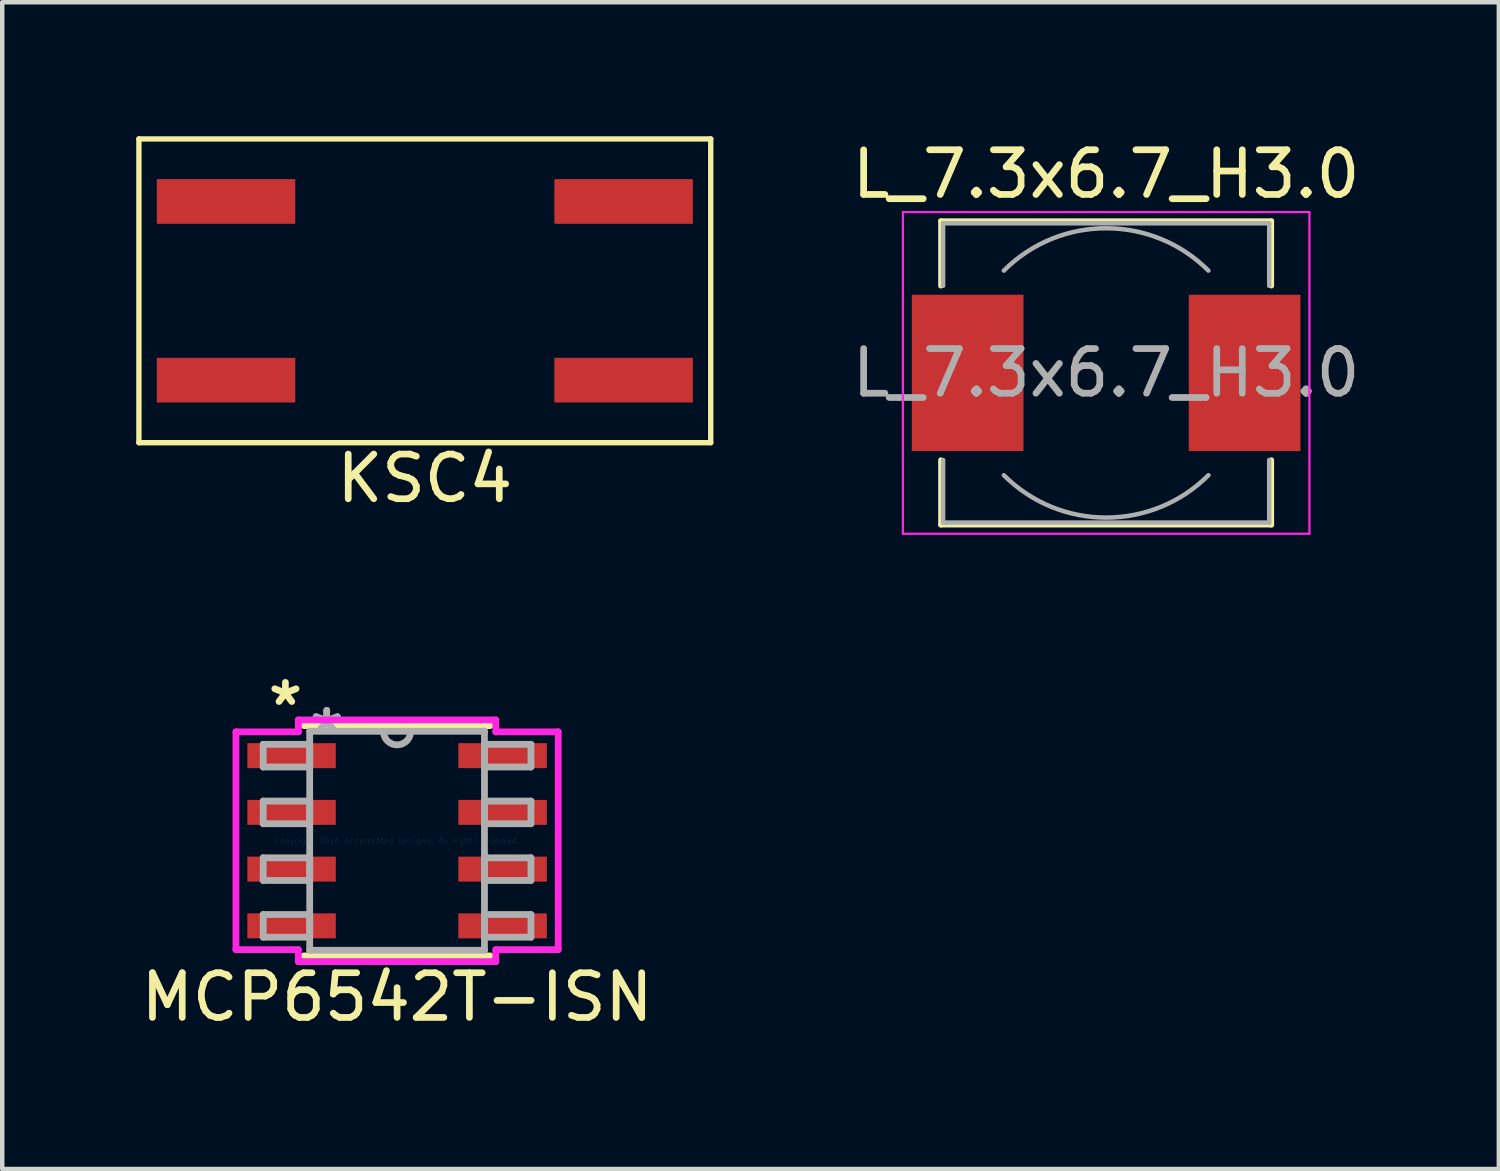
<source format=kicad_pcb>
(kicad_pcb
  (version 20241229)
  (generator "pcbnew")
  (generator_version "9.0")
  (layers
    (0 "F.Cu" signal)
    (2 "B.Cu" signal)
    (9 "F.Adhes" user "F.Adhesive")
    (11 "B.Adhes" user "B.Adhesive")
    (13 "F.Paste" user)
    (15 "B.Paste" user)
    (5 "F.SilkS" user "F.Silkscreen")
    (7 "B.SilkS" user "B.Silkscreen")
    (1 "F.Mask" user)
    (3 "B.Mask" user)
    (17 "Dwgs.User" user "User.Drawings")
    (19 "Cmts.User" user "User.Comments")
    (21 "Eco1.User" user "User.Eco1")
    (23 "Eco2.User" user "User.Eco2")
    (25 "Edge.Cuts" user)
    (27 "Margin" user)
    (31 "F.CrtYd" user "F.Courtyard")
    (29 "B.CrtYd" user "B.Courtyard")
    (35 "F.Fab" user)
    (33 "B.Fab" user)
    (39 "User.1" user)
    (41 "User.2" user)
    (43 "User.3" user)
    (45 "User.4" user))
  (footprint "KSC4"
    (layer "F.Cu")
    (at 6.46 3.46)
    (property "Reference" "KSC4" (at 0 4.2 0) (layer "F.SilkS") (effects (font (size 1 1) (thickness 0.15))))
    (attr through_hole)
    (fp_line (start -6.4 -3.4) (end -6.4 3.4) (stroke (width 0.12) (type solid)) (layer "F.SilkS"))
    (fp_line (start -6.4 -3.4) (end 6.4 -3.4) (stroke (width 0.12) (type solid)) (layer "F.SilkS"))
    (fp_line (start -6.4 3.4) (end 6.4 3.4) (stroke (width 0.12) (type solid)) (layer "F.SilkS"))
    (fp_line (start 6.4 3.4) (end 6.4 -3.4) (stroke (width 0.12) (type solid)) (layer "F.SilkS"))
    (pad "1" smd rect (at -4.45 -2) (size 3.1 1) (layers "F.Cu" "F.Mask" "F.Paste"))
    (pad "1" smd rect (at 4.45 -2) (size 3.1 1) (layers "F.Cu" "F.Mask" "F.Paste"))
    (pad "2" smd rect (at -4.45 2) (size 3.1 1) (layers "F.Cu" "F.Mask" "F.Paste"))
    (pad "2" smd rect (at 4.45 2) (size 3.1 1) (layers "F.Cu" "F.Mask" "F.Paste")))
  (footprint "MCP6542T-ISN"
    (layer "F.Cu")
    (at 5.839 15.771)
    (property "Reference" "MCP6542T-ISN" (at 0 3.5 0) (layer "F.SilkS") (effects (font (size 1 1) (thickness 0.15))))
    (attr through_hole)
    (fp_line (start -2.083 2.578) (end 2.083 2.578) (stroke (width 0.152) (type solid)) (layer "F.SilkS"))
    (fp_line (start 2.083 -2.578) (end -2.083 -2.578) (stroke (width 0.152) (type solid)) (layer "F.SilkS"))
    (fp_line (start -3.607 -2.438) (end -2.21 -2.438) (stroke (width 0.152) (type solid)) (layer "F.CrtYd"))
    (fp_line (start -3.607 2.438) (end -3.607 -2.438) (stroke (width 0.152) (type solid)) (layer "F.CrtYd"))
    (fp_line (start -2.21 -2.705) (end 2.21 -2.705) (stroke (width 0.152) (type solid)) (layer "F.CrtYd"))
    (fp_line (start -2.21 -2.438) (end -2.21 -2.705) (stroke (width 0.152) (type solid)) (layer "F.CrtYd"))
    (fp_line (start -2.21 2.438) (end -3.607 2.438) (stroke (width 0.152) (type solid)) (layer "F.CrtYd"))
    (fp_line (start -2.21 2.705) (end -2.21 2.438) (stroke (width 0.152) (type solid)) (layer "F.CrtYd"))
    (fp_line (start 2.21 -2.705) (end 2.21 -2.438) (stroke (width 0.152) (type solid)) (layer "F.CrtYd"))
    (fp_line (start 2.21 -2.438) (end 3.607 -2.438) (stroke (width 0.152) (type solid)) (layer "F.CrtYd"))
    (fp_line (start 2.21 2.438) (end 2.21 2.705) (stroke (width 0.152) (type solid)) (layer "F.CrtYd"))
    (fp_line (start 2.21 2.705) (end -2.21 2.705) (stroke (width 0.152) (type solid)) (layer "F.CrtYd"))
    (fp_line (start 3.607 -2.438) (end 3.607 2.438) (stroke (width 0.152) (type solid)) (layer "F.CrtYd"))
    (fp_line (start 3.607 2.438) (end 2.21 2.438) (stroke (width 0.152) (type solid)) (layer "F.CrtYd"))
    (fp_line (start -2.997 -2.159) (end -2.997 -1.651) (stroke (width 0.152) (type solid)) (layer "F.Fab"))
    (fp_line (start -2.997 -1.651) (end -1.956 -1.651) (stroke (width 0.152) (type solid)) (layer "F.Fab"))
    (fp_line (start -2.997 -0.889) (end -2.997 -0.381) (stroke (width 0.152) (type solid)) (layer "F.Fab"))
    (fp_line (start -2.997 -0.381) (end -1.956 -0.381) (stroke (width 0.152) (type solid)) (layer "F.Fab"))
    (fp_line (start -2.997 0.381) (end -2.997 0.889) (stroke (width 0.152) (type solid)) (layer "F.Fab"))
    (fp_line (start -2.997 0.889) (end -1.956 0.889) (stroke (width 0.152) (type solid)) (layer "F.Fab"))
    (fp_line (start -2.997 1.651) (end -2.997 2.159) (stroke (width 0.152) (type solid)) (layer "F.Fab"))
    (fp_line (start -2.997 2.159) (end -1.956 2.159) (stroke (width 0.152) (type solid)) (layer "F.Fab"))
    (fp_line (start -1.956 -2.451) (end -1.956 2.451) (stroke (width 0.152) (type solid)) (layer "F.Fab"))
    (fp_line (start -1.956 -2.159) (end -2.997 -2.159) (stroke (width 0.152) (type solid)) (layer "F.Fab"))
    (fp_line (start -1.956 -1.651) (end -1.956 -2.159) (stroke (width 0.152) (type solid)) (layer "F.Fab"))
    (fp_line (start -1.956 -0.889) (end -2.997 -0.889) (stroke (width 0.152) (type solid)) (layer "F.Fab"))
    (fp_line (start -1.956 -0.381) (end -1.956 -0.889) (stroke (width 0.152) (type solid)) (layer "F.Fab"))
    (fp_line (start -1.956 0.381) (end -2.997 0.381) (stroke (width 0.152) (type solid)) (layer "F.Fab"))
    (fp_line (start -1.956 0.889) (end -1.956 0.381) (stroke (width 0.152) (type solid)) (layer "F.Fab"))
    (fp_line (start -1.956 1.651) (end -2.997 1.651) (stroke (width 0.152) (type solid)) (layer "F.Fab"))
    (fp_line (start -1.956 2.159) (end -1.956 1.651) (stroke (width 0.152) (type solid)) (layer "F.Fab"))
    (fp_line (start -1.956 2.451) (end 1.956 2.451) (stroke (width 0.152) (type solid)) (layer "F.Fab"))
    (fp_line (start 1.956 -2.451) (end -1.956 -2.451) (stroke (width 0.152) (type solid)) (layer "F.Fab"))
    (fp_line (start 1.956 -2.159) (end 1.956 -1.651) (stroke (width 0.152) (type solid)) (layer "F.Fab"))
    (fp_line (start 1.956 -1.651) (end 2.997 -1.651) (stroke (width 0.152) (type solid)) (layer "F.Fab"))
    (fp_line (start 1.956 -0.889) (end 1.956 -0.381) (stroke (width 0.152) (type solid)) (layer "F.Fab"))
    (fp_line (start 1.956 -0.381) (end 2.997 -0.381) (stroke (width 0.152) (type solid)) (layer "F.Fab"))
    (fp_line (start 1.956 0.381) (end 1.956 0.889) (stroke (width 0.152) (type solid)) (layer "F.Fab"))
    (fp_line (start 1.956 0.889) (end 2.997 0.889) (stroke (width 0.152) (type solid)) (layer "F.Fab"))
    (fp_line (start 1.956 1.651) (end 1.956 2.159) (stroke (width 0.152) (type solid)) (layer "F.Fab"))
    (fp_line (start 1.956 2.159) (end 2.997 2.159) (stroke (width 0.152) (type solid)) (layer "F.Fab"))
    (fp_line (start 1.956 2.451) (end 1.956 -2.451) (stroke (width 0.152) (type solid)) (layer "F.Fab"))
    (fp_line (start 2.997 -2.159) (end 1.956 -2.159) (stroke (width 0.152) (type solid)) (layer "F.Fab"))
    (fp_line (start 2.997 -1.651) (end 2.997 -2.159) (stroke (width 0.152) (type solid)) (layer "F.Fab"))
    (fp_line (start 2.997 -0.889) (end 1.956 -0.889) (stroke (width 0.152) (type solid)) (layer "F.Fab"))
    (fp_line (start 2.997 -0.381) (end 2.997 -0.889) (stroke (width 0.152) (type solid)) (layer "F.Fab"))
    (fp_line (start 2.997 0.381) (end 1.956 0.381) (stroke (width 0.152) (type solid)) (layer "F.Fab"))
    (fp_line (start 2.997 0.889) (end 2.997 0.381) (stroke (width 0.152) (type solid)) (layer "F.Fab"))
    (fp_line (start 2.997 1.651) (end 1.956 1.651) (stroke (width 0.152) (type solid)) (layer "F.Fab"))
    (fp_line (start 2.997 2.159) (end 2.997 1.651) (stroke (width 0.152) (type solid)) (layer "F.Fab"))
    (fp_arc (start 0.3048 -2.4511) (mid 0 -2.1463) (end -0.3048 -2.4511) (stroke (width 0.1524) (type solid)) (layer "F.Fab"))
    (fp_text user "*" (at -2.5 -3 0) (layer "F.SilkS") (effects (font (size 1 1) (thickness 0.15))))
    (fp_text user "Copyright 2016 Accelerated Designs. All rights reserved." (at 0 0 0) (layer "Cmts.User") (effects (font (size 0.127 0.127) (thickness 0.002))))
    (fp_text user "*" (at -1.575 -2.375 0) (layer "F.Fab") (effects (font (size 1 1) (thickness 0.15))))
    (fp_text user "*" (at -1.575 -2.375 0) (layer "F.Fab") (effects (font (size 1 1) (thickness 0.15))))
    (pad "1" smd rect (at -2.362 -1.905) (size 1.981 0.559) (layers "F.Cu" "F.Mask" "F.Paste"))
    (pad "2" smd rect (at -2.362 -0.635) (size 1.981 0.559) (layers "F.Cu" "F.Mask" "F.Paste"))
    (pad "3" smd rect (at -2.362 0.635) (size 1.981 0.559) (layers "F.Cu" "F.Mask" "F.Paste"))
    (pad "4" smd rect (at -2.362 1.905) (size 1.981 0.559) (layers "F.Cu" "F.Mask" "F.Paste"))
    (pad "5" smd rect (at 2.362 1.905) (size 1.981 0.559) (layers "F.Cu" "F.Mask" "F.Paste"))
    (pad "6" smd rect (at 2.362 0.635) (size 1.981 0.559) (layers "F.Cu" "F.Mask" "F.Paste"))
    (pad "7" smd rect (at 2.362 -0.635) (size 1.981 0.559) (layers "F.Cu" "F.Mask" "F.Paste"))
    (pad "8" smd rect (at 2.362 -1.905) (size 1.981 0.559) (layers "F.Cu" "F.Mask" "F.Paste")))
  (footprint "L_7.3x6.7_H3.0"
    (layer "F.Cu")
    (at 21.712 5.298)
    (property "Reference" "L_7.3x6.7_H3.0" (at 0 -4.45 0) (layer "F.SilkS") (effects (font (size 1 1) (thickness 0.15))))
    (attr smd)
    (fp_line (start -3.7 -3.4) (end 3.7 -3.4) (stroke (width 0.12) (type solid)) (layer "F.SilkS"))
    (fp_line (start -3.7 -1.95) (end -3.7 -3.4) (stroke (width 0.12) (type solid)) (layer "F.SilkS"))
    (fp_line (start -3.7 3.4) (end -3.7 1.95) (stroke (width 0.12) (type solid)) (layer "F.SilkS"))
    (fp_line (start 3.7 -3.4) (end 3.7 -1.95) (stroke (width 0.12) (type solid)) (layer "F.SilkS"))
    (fp_line (start 3.7 1.95) (end 3.7 3.4) (stroke (width 0.12) (type solid)) (layer "F.SilkS"))
    (fp_line (start 3.7 3.4) (end -3.7 3.4) (stroke (width 0.12) (type solid)) (layer "F.SilkS"))
    (fp_line (start -4.55 -3.6) (end -4.55 3.6) (stroke (width 0.05) (type solid)) (layer "F.CrtYd"))
    (fp_line (start -4.55 3.6) (end 4.55 3.6) (stroke (width 0.05) (type solid)) (layer "F.CrtYd"))
    (fp_line (start 4.55 -3.6) (end -4.55 -3.6) (stroke (width 0.05) (type solid)) (layer "F.CrtYd"))
    (fp_line (start 4.55 3.6) (end 4.55 -3.6) (stroke (width 0.05) (type solid)) (layer "F.CrtYd"))
    (fp_line (start -3.65 -3.35) (end -3.65 -1.95) (stroke (width 0.1) (type solid)) (layer "F.Fab"))
    (fp_line (start -3.65 -3.35) (end 3.65 -3.35) (stroke (width 0.1) (type solid)) (layer "F.Fab"))
    (fp_line (start -3.65 3.35) (end -3.65 1.95) (stroke (width 0.1) (type solid)) (layer "F.Fab"))
    (fp_line (start 3.65 -3.35) (end 3.65 -1.95) (stroke (width 0.1) (type solid)) (layer "F.Fab"))
    (fp_line (start 3.65 3.35) (end -3.65 3.35) (stroke (width 0.1) (type solid)) (layer "F.Fab"))
    (fp_line (start 3.65 3.35) (end 3.65 1.95) (stroke (width 0.1) (type solid)) (layer "F.Fab"))
    (fp_arc (start -2.29 -2.29) (mid 0 -3.238549) (end 2.29 -2.29) (stroke (width 0.1) (type solid)) (layer "F.Fab"))
    (fp_arc (start 2.29 2.29) (mid 0 3.238549) (end -2.29 2.29) (stroke (width 0.1) (type solid)) (layer "F.Fab"))
    (fp_text user "${REFERENCE}" (at 0 0 0) (layer "F.Fab") (effects (font (size 1 1) (thickness 0.15))))
    (pad "1" smd rect (at -3.1 0) (size 2.5 3.5) (layers "F.Cu" "F.Mask" "F.Paste"))
    (pad "2" smd rect (at 3.1 0) (size 2.5 3.5) (layers "F.Cu" "F.Mask" "F.Paste")))
  (gr_rect
    (start -3 -3)
    (end 30.503 23.12)
    (stroke (width 0.1) (type default))
    (fill no)
    (layer "Edge.Cuts")))
</source>
